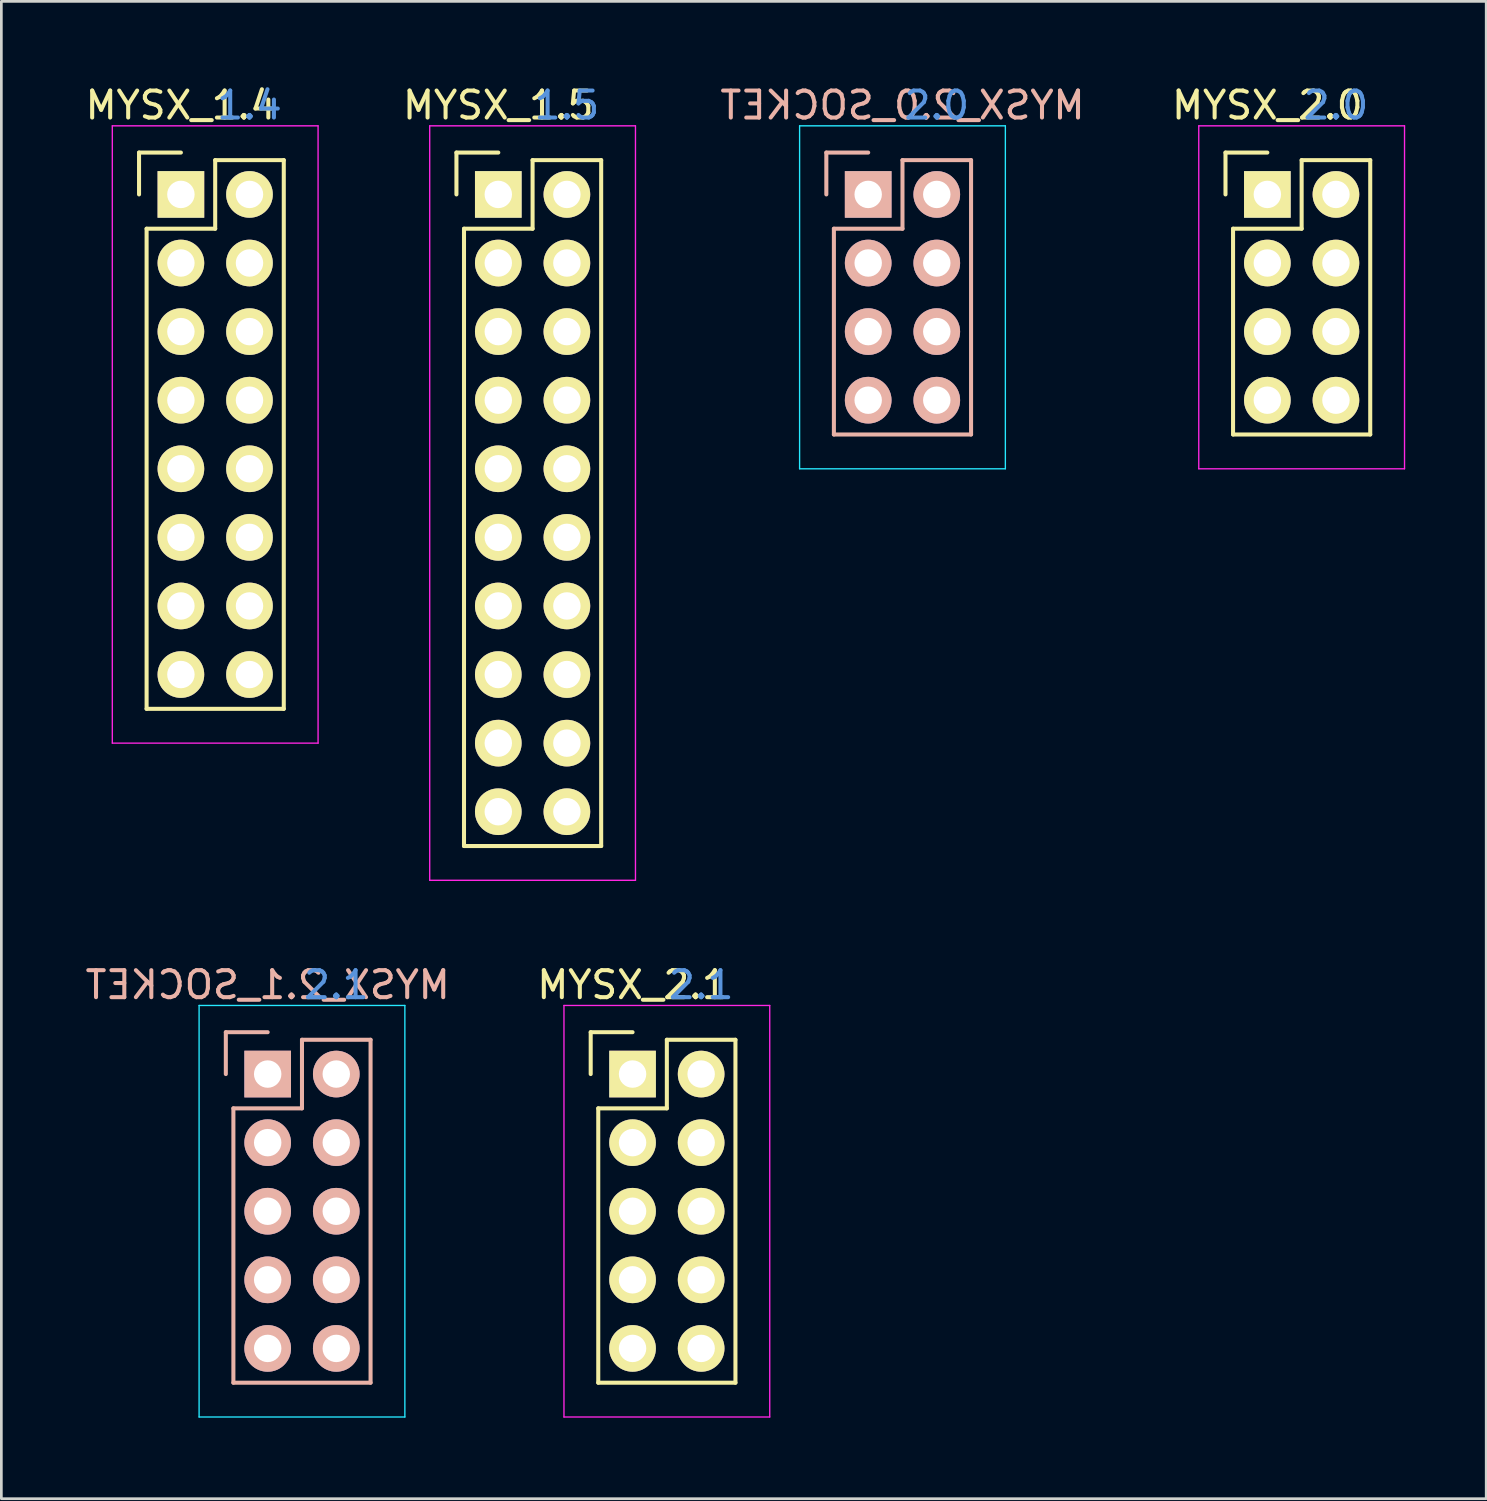
<source format=kicad_pcb>
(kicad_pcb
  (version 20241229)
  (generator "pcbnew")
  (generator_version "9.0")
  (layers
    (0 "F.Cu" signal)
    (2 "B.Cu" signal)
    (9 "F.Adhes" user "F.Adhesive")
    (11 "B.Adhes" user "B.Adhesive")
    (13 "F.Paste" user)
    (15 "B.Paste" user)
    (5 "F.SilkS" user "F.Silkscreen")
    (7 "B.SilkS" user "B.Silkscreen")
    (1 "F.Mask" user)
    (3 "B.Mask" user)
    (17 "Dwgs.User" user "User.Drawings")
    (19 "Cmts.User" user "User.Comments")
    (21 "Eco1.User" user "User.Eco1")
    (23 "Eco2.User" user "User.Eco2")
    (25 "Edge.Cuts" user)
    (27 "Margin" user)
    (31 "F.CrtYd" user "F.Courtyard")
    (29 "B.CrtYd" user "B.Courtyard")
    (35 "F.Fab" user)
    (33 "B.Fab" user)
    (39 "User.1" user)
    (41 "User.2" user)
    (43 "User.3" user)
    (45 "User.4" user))
  (footprint "MYSX_1.4"
    (layer "F.Cu")
    (at 3.649 4.15)
    (property "Reference" "MYSX_1.4" (at 0 -3.302 0) (layer "F.SilkS") (effects (font (size 1 1) (thickness 0.15))))
    (attr through_hole)
    (fp_line (start -1.55 -1.55) (end -1.55 0) (stroke (width 0.15) (type solid)) (layer "F.SilkS"))
    (fp_line (start -1.27 1.27) (end -1.27 19.05) (stroke (width 0.15) (type solid)) (layer "F.SilkS"))
    (fp_line (start -1.27 19.05) (end 3.81 19.05) (stroke (width 0.15) (type solid)) (layer "F.SilkS"))
    (fp_line (start 0 -1.55) (end -1.55 -1.55) (stroke (width 0.15) (type solid)) (layer "F.SilkS"))
    (fp_line (start 1.27 -1.27) (end 1.27 1.27) (stroke (width 0.15) (type solid)) (layer "F.SilkS"))
    (fp_line (start 1.27 1.27) (end -1.27 1.27) (stroke (width 0.15) (type solid)) (layer "F.SilkS"))
    (fp_line (start 3.81 -1.27) (end 1.27 -1.27) (stroke (width 0.15) (type solid)) (layer "F.SilkS"))
    (fp_line (start 3.81 19.05) (end 3.81 -1.27) (stroke (width 0.15) (type solid)) (layer "F.SilkS"))
    (fp_line (start -2.54 -2.54) (end -2.54 20.32) (stroke (width 0.05) (type solid)) (layer "F.CrtYd"))
    (fp_line (start -2.54 -2.54) (end 5.08 -2.54) (stroke (width 0.05) (type solid)) (layer "F.CrtYd"))
    (fp_line (start -2.54 20.32) (end 5.08 20.32) (stroke (width 0.05) (type solid)) (layer "F.CrtYd"))
    (fp_line (start 5.08 -2.54) (end 5.08 20.32) (stroke (width 0.05) (type solid)) (layer "F.CrtYd"))
    (fp_text user "1.4" (at 2.54 -3.302 0) (layer "Cmts.User") (effects (font (size 1 1) (thickness 0.15))))
    (pad "1" thru_hole rect (at 0 0) (size 1.727 1.727) (drill 1.016) (layers "*.Cu" "*.Mask" "F.SilkS"))
    (pad "2" thru_hole oval (at 2.54 0) (size 1.727 1.727) (drill 1.016) (layers "*.Cu" "*.Mask" "F.SilkS"))
    (pad "3" thru_hole oval (at 0 2.54) (size 1.727 1.727) (drill 1.016) (layers "*.Cu" "*.Mask" "F.SilkS"))
    (pad "4" thru_hole oval (at 2.54 2.54) (size 1.727 1.727) (drill 1.016) (layers "*.Cu" "*.Mask" "F.SilkS"))
    (pad "5" thru_hole oval (at 0 5.08) (size 1.727 1.727) (drill 1.016) (layers "*.Cu" "*.Mask" "F.SilkS"))
    (pad "6" thru_hole oval (at 2.54 5.08) (size 1.727 1.727) (drill 1.016) (layers "*.Cu" "*.Mask" "F.SilkS"))
    (pad "7" thru_hole oval (at 0 7.62) (size 1.727 1.727) (drill 1.016) (layers "*.Cu" "*.Mask" "F.SilkS"))
    (pad "8" thru_hole oval (at 2.54 7.62) (size 1.727 1.727) (drill 1.016) (layers "*.Cu" "*.Mask" "F.SilkS"))
    (pad "9" thru_hole oval (at 0 10.16) (size 1.727 1.727) (drill 1.016) (layers "*.Cu" "*.Mask" "F.SilkS"))
    (pad "10" thru_hole oval (at 2.54 10.16) (size 1.727 1.727) (drill 1.016) (layers "*.Cu" "*.Mask" "F.SilkS"))
    (pad "11" thru_hole oval (at 0 12.7) (size 1.727 1.727) (drill 1.016) (layers "*.Cu" "*.Mask" "F.SilkS"))
    (pad "12" thru_hole oval (at 2.54 12.7) (size 1.727 1.727) (drill 1.016) (layers "*.Cu" "*.Mask" "F.SilkS"))
    (pad "13" thru_hole oval (at 0 15.24) (size 1.727 1.727) (drill 1.016) (layers "*.Cu" "*.Mask" "F.SilkS"))
    (pad "14" thru_hole oval (at 2.54 15.24) (size 1.727 1.727) (drill 1.016) (layers "*.Cu" "*.Mask" "F.SilkS"))
    (pad "15" thru_hole oval (at 0 17.78) (size 1.727 1.727) (drill 1.016) (layers "*.Cu" "*.Mask" "F.SilkS"))
    (pad "16" thru_hole oval (at 2.54 17.78) (size 1.727 1.727) (drill 1.016) (layers "*.Cu" "*.Mask" "F.SilkS")))
  (footprint "MYSX_2.1_SOCKET"
    (layer "F.Cu")
    (at 6.863 36.725)
    (property "Reference" "MYSX_2.1_SOCKET" (at 0 -3.302 0) (layer "B.SilkS") (effects (font (size 1 1) (thickness 0.15)) (justify mirror)))
    (attr through_hole)
    (fp_line (start -1.55 -1.55) (end -1.55 0) (stroke (width 0.15) (type solid)) (layer "B.SilkS"))
    (fp_line (start -1.27 1.27) (end -1.27 11.43) (stroke (width 0.15) (type solid)) (layer "B.SilkS"))
    (fp_line (start -1.27 11.43) (end 3.81 11.43) (stroke (width 0.15) (type solid)) (layer "B.SilkS"))
    (fp_line (start 0 -1.55) (end -1.55 -1.55) (stroke (width 0.15) (type solid)) (layer "B.SilkS"))
    (fp_line (start 1.27 -1.27) (end 1.27 1.27) (stroke (width 0.15) (type solid)) (layer "B.SilkS"))
    (fp_line (start 1.27 1.27) (end -1.27 1.27) (stroke (width 0.15) (type solid)) (layer "B.SilkS"))
    (fp_line (start 3.81 -1.27) (end 1.27 -1.27) (stroke (width 0.15) (type solid)) (layer "B.SilkS"))
    (fp_line (start 3.81 11.43) (end 3.81 -1.27) (stroke (width 0.15) (type solid)) (layer "B.SilkS"))
    (fp_line (start -2.54 -2.54) (end -2.54 12.7) (stroke (width 0.05) (type solid)) (layer "B.CrtYd"))
    (fp_line (start -2.54 -2.54) (end 5.08 -2.54) (stroke (width 0.05) (type solid)) (layer "B.CrtYd"))
    (fp_line (start -2.54 12.7) (end 5.08 12.7) (stroke (width 0.05) (type solid)) (layer "B.CrtYd"))
    (fp_line (start 5.08 -2.54) (end 5.08 12.7) (stroke (width 0.05) (type solid)) (layer "B.CrtYd"))
    (fp_text user "2.1" (at 2.54 -3.302 0) (layer "Cmts.User") (effects (font (size 1 1) (thickness 0.15))))
    (pad "1" thru_hole rect (at 0 0) (size 1.727 1.727) (drill 1.016) (layers "*.Cu" "*.Mask" "B.SilkS"))
    (pad "2" thru_hole oval (at 2.54 0) (size 1.727 1.727) (drill 1.016) (layers "*.Cu" "*.Mask" "B.SilkS"))
    (pad "3" thru_hole oval (at 0 2.54) (size 1.727 1.727) (drill 1.016) (layers "*.Cu" "*.Mask" "B.SilkS"))
    (pad "4" thru_hole oval (at 2.54 2.54) (size 1.727 1.727) (drill 1.016) (layers "*.Cu" "*.Mask" "B.SilkS"))
    (pad "5" thru_hole oval (at 0 5.08) (size 1.727 1.727) (drill 1.016) (layers "*.Cu" "*.Mask" "B.SilkS"))
    (pad "6" thru_hole oval (at 2.54 5.08) (size 1.727 1.727) (drill 1.016) (layers "*.Cu" "*.Mask" "B.SilkS"))
    (pad "7" thru_hole oval (at 0 7.62) (size 1.727 1.727) (drill 1.016) (layers "*.Cu" "*.Mask" "B.SilkS"))
    (pad "8" thru_hole oval (at 2.54 7.62) (size 1.727 1.727) (drill 1.016) (layers "*.Cu" "*.Mask" "B.SilkS"))
    (pad "9" thru_hole oval (at 0 10.16) (size 1.727 1.727) (drill 1.016) (layers "*.Cu" "*.Mask" "B.SilkS"))
    (pad "10" thru_hole oval (at 2.54 10.16) (size 1.727 1.727) (drill 1.016) (layers "*.Cu" "*.Mask" "B.SilkS")))
  (footprint "MYSX_2.1"
    (layer "F.Cu")
    (at 20.375 36.725)
    (property "Reference" "MYSX_2.1" (at 0 -3.302 0) (layer "F.SilkS") (effects (font (size 1 1) (thickness 0.15))))
    (attr through_hole)
    (fp_line (start -1.55 -1.55) (end -1.55 0) (stroke (width 0.15) (type solid)) (layer "F.SilkS"))
    (fp_line (start -1.27 1.27) (end -1.27 11.43) (stroke (width 0.15) (type solid)) (layer "F.SilkS"))
    (fp_line (start -1.27 11.43) (end 3.81 11.43) (stroke (width 0.15) (type solid)) (layer "F.SilkS"))
    (fp_line (start 0 -1.55) (end -1.55 -1.55) (stroke (width 0.15) (type solid)) (layer "F.SilkS"))
    (fp_line (start 1.27 -1.27) (end 1.27 1.27) (stroke (width 0.15) (type solid)) (layer "F.SilkS"))
    (fp_line (start 1.27 1.27) (end -1.27 1.27) (stroke (width 0.15) (type solid)) (layer "F.SilkS"))
    (fp_line (start 3.81 -1.27) (end 1.27 -1.27) (stroke (width 0.15) (type solid)) (layer "F.SilkS"))
    (fp_line (start 3.81 11.43) (end 3.81 -1.27) (stroke (width 0.15) (type solid)) (layer "F.SilkS"))
    (fp_line (start -2.54 -2.54) (end -2.54 12.7) (stroke (width 0.05) (type solid)) (layer "F.CrtYd"))
    (fp_line (start -2.54 -2.54) (end 5.08 -2.54) (stroke (width 0.05) (type solid)) (layer "F.CrtYd"))
    (fp_line (start -2.54 12.7) (end 5.08 12.7) (stroke (width 0.05) (type solid)) (layer "F.CrtYd"))
    (fp_line (start 5.08 -2.54) (end 5.08 12.7) (stroke (width 0.05) (type solid)) (layer "F.CrtYd"))
    (fp_text user "2.1" (at 2.54 -3.302 0) (layer "Cmts.User") (effects (font (size 1 1) (thickness 0.15))))
    (pad "1" thru_hole rect (at 0 0) (size 1.727 1.727) (drill 1.016) (layers "*.Cu" "*.Mask" "F.SilkS"))
    (pad "2" thru_hole oval (at 2.54 0) (size 1.727 1.727) (drill 1.016) (layers "*.Cu" "*.Mask" "F.SilkS"))
    (pad "3" thru_hole oval (at 0 2.54) (size 1.727 1.727) (drill 1.016) (layers "*.Cu" "*.Mask" "F.SilkS"))
    (pad "4" thru_hole oval (at 2.54 2.54) (size 1.727 1.727) (drill 1.016) (layers "*.Cu" "*.Mask" "F.SilkS"))
    (pad "5" thru_hole oval (at 0 5.08) (size 1.727 1.727) (drill 1.016) (layers "*.Cu" "*.Mask" "F.SilkS"))
    (pad "6" thru_hole oval (at 2.54 5.08) (size 1.727 1.727) (drill 1.016) (layers "*.Cu" "*.Mask" "F.SilkS"))
    (pad "7" thru_hole oval (at 0 7.62) (size 1.727 1.727) (drill 1.016) (layers "*.Cu" "*.Mask" "F.SilkS"))
    (pad "8" thru_hole oval (at 2.54 7.62) (size 1.727 1.727) (drill 1.016) (layers "*.Cu" "*.Mask" "F.SilkS"))
    (pad "9" thru_hole oval (at 0 10.16) (size 1.727 1.727) (drill 1.016) (layers "*.Cu" "*.Mask" "F.SilkS"))
    (pad "10" thru_hole oval (at 2.54 10.16) (size 1.727 1.727) (drill 1.016) (layers "*.Cu" "*.Mask" "F.SilkS")))
  (footprint "MYSX_2.0_SOCKET"
    (layer "F.Cu")
    (at 29.101 4.15)
    (property "Reference" "MYSX_2.0_SOCKET" (at 1.27 -3.302 0) (layer "B.SilkS") (effects (font (size 1 1) (thickness 0.15)) (justify mirror)))
    (attr through_hole)
    (fp_line (start -1.55 -1.55) (end -1.55 0) (stroke (width 0.15) (type solid)) (layer "B.SilkS"))
    (fp_line (start -1.27 1.27) (end -1.27 8.89) (stroke (width 0.15) (type solid)) (layer "B.SilkS"))
    (fp_line (start -1.27 8.89) (end 3.81 8.89) (stroke (width 0.15) (type solid)) (layer "B.SilkS"))
    (fp_line (start 0 -1.55) (end -1.55 -1.55) (stroke (width 0.15) (type solid)) (layer "B.SilkS"))
    (fp_line (start 1.27 -1.27) (end 1.27 1.27) (stroke (width 0.15) (type solid)) (layer "B.SilkS"))
    (fp_line (start 1.27 1.27) (end -1.27 1.27) (stroke (width 0.15) (type solid)) (layer "B.SilkS"))
    (fp_line (start 3.81 -1.27) (end 1.27 -1.27) (stroke (width 0.15) (type solid)) (layer "B.SilkS"))
    (fp_line (start 3.81 8.89) (end 3.81 -1.27) (stroke (width 0.15) (type solid)) (layer "B.SilkS"))
    (fp_line (start -2.54 -2.54) (end -2.54 10.16) (stroke (width 0.05) (type solid)) (layer "B.CrtYd"))
    (fp_line (start -2.54 -2.54) (end 5.08 -2.54) (stroke (width 0.05) (type solid)) (layer "B.CrtYd"))
    (fp_line (start -2.54 10.16) (end 5.08 10.16) (stroke (width 0.05) (type solid)) (layer "B.CrtYd"))
    (fp_line (start 5.08 -2.54) (end 5.08 10.16) (stroke (width 0.05) (type solid)) (layer "B.CrtYd"))
    (fp_text user "2.0" (at 2.54 -3.302 0) (layer "Cmts.User") (effects (font (size 1 1) (thickness 0.15))))
    (pad "1" thru_hole rect (at 0 0) (size 1.727 1.727) (drill 1.016) (layers "*.Cu" "*.Mask" "B.SilkS"))
    (pad "2" thru_hole oval (at 2.54 0) (size 1.727 1.727) (drill 1.016) (layers "*.Cu" "*.Mask" "B.SilkS"))
    (pad "3" thru_hole oval (at 0 2.54) (size 1.727 1.727) (drill 1.016) (layers "*.Cu" "*.Mask" "B.SilkS"))
    (pad "4" thru_hole oval (at 2.54 2.54) (size 1.727 1.727) (drill 1.016) (layers "*.Cu" "*.Mask" "B.SilkS"))
    (pad "5" thru_hole oval (at 0 5.08) (size 1.727 1.727) (drill 1.016) (layers "*.Cu" "*.Mask" "B.SilkS"))
    (pad "6" thru_hole oval (at 2.54 5.08) (size 1.727 1.727) (drill 1.016) (layers "*.Cu" "*.Mask" "B.SilkS"))
    (pad "7" thru_hole oval (at 0 7.62) (size 1.727 1.727) (drill 1.016) (layers "*.Cu" "*.Mask" "B.SilkS"))
    (pad "8" thru_hole oval (at 2.54 7.62) (size 1.727 1.727) (drill 1.016) (layers "*.Cu" "*.Mask" "B.SilkS")))
  (footprint "MYSX_2.0"
    (layer "F.Cu")
    (at 43.883 4.15)
    (property "Reference" "MYSX_2.0" (at 0 -3.302 0) (layer "F.SilkS") (effects (font (size 1 1) (thickness 0.15))))
    (attr through_hole)
    (fp_line (start -1.55 -1.55) (end -1.55 0) (stroke (width 0.15) (type solid)) (layer "F.SilkS"))
    (fp_line (start -1.27 1.27) (end -1.27 8.89) (stroke (width 0.15) (type solid)) (layer "F.SilkS"))
    (fp_line (start -1.27 8.89) (end 3.81 8.89) (stroke (width 0.15) (type solid)) (layer "F.SilkS"))
    (fp_line (start 0 -1.55) (end -1.55 -1.55) (stroke (width 0.15) (type solid)) (layer "F.SilkS"))
    (fp_line (start 1.27 -1.27) (end 1.27 1.27) (stroke (width 0.15) (type solid)) (layer "F.SilkS"))
    (fp_line (start 1.27 1.27) (end -1.27 1.27) (stroke (width 0.15) (type solid)) (layer "F.SilkS"))
    (fp_line (start 3.81 -1.27) (end 1.27 -1.27) (stroke (width 0.15) (type solid)) (layer "F.SilkS"))
    (fp_line (start 3.81 8.89) (end 3.81 -1.27) (stroke (width 0.15) (type solid)) (layer "F.SilkS"))
    (fp_line (start -2.54 -2.54) (end -2.54 10.16) (stroke (width 0.05) (type solid)) (layer "F.CrtYd"))
    (fp_line (start -2.54 -2.54) (end 5.08 -2.54) (stroke (width 0.05) (type solid)) (layer "F.CrtYd"))
    (fp_line (start -2.54 10.16) (end 5.08 10.16) (stroke (width 0.05) (type solid)) (layer "F.CrtYd"))
    (fp_line (start 5.08 -2.54) (end 5.08 10.16) (stroke (width 0.05) (type solid)) (layer "F.CrtYd"))
    (fp_text user "2.0" (at 2.54 -3.302 0) (layer "Cmts.User") (effects (font (size 1 1) (thickness 0.15))))
    (pad "1" thru_hole rect (at 0 0) (size 1.727 1.727) (drill 1.016) (layers "*.Cu" "*.Mask" "F.SilkS"))
    (pad "2" thru_hole oval (at 2.54 0) (size 1.727 1.727) (drill 1.016) (layers "*.Cu" "*.Mask" "F.SilkS"))
    (pad "3" thru_hole oval (at 0 2.54) (size 1.727 1.727) (drill 1.016) (layers "*.Cu" "*.Mask" "F.SilkS"))
    (pad "4" thru_hole oval (at 2.54 2.54) (size 1.727 1.727) (drill 1.016) (layers "*.Cu" "*.Mask" "F.SilkS"))
    (pad "5" thru_hole oval (at 0 5.08) (size 1.727 1.727) (drill 1.016) (layers "*.Cu" "*.Mask" "F.SilkS"))
    (pad "6" thru_hole oval (at 2.54 5.08) (size 1.727 1.727) (drill 1.016) (layers "*.Cu" "*.Mask" "F.SilkS"))
    (pad "7" thru_hole oval (at 0 7.62) (size 1.727 1.727) (drill 1.016) (layers "*.Cu" "*.Mask" "F.SilkS"))
    (pad "8" thru_hole oval (at 2.54 7.62) (size 1.727 1.727) (drill 1.016) (layers "*.Cu" "*.Mask" "F.SilkS")))
  (footprint "MYSX_1.5"
    (layer "F.Cu")
    (at 15.403 4.15)
    (property "Reference" "MYSX_1.5" (at 0 -3.302 0) (layer "F.SilkS") (effects (font (size 1 1) (thickness 0.15))))
    (attr through_hole)
    (fp_line (start -1.55 -1.55) (end -1.55 0) (stroke (width 0.15) (type solid)) (layer "F.SilkS"))
    (fp_line (start -1.27 1.27) (end -1.27 24.13) (stroke (width 0.15) (type solid)) (layer "F.SilkS"))
    (fp_line (start -1.27 24.13) (end 3.81 24.13) (stroke (width 0.15) (type solid)) (layer "F.SilkS"))
    (fp_line (start 0 -1.55) (end -1.55 -1.55) (stroke (width 0.15) (type solid)) (layer "F.SilkS"))
    (fp_line (start 1.27 -1.27) (end 1.27 1.27) (stroke (width 0.15) (type solid)) (layer "F.SilkS"))
    (fp_line (start 1.27 1.27) (end -1.27 1.27) (stroke (width 0.15) (type solid)) (layer "F.SilkS"))
    (fp_line (start 3.81 -1.27) (end 1.27 -1.27) (stroke (width 0.15) (type solid)) (layer "F.SilkS"))
    (fp_line (start 3.81 24.13) (end 3.81 -1.27) (stroke (width 0.15) (type solid)) (layer "F.SilkS"))
    (fp_line (start -2.54 -2.54) (end -2.54 25.4) (stroke (width 0.05) (type solid)) (layer "F.CrtYd"))
    (fp_line (start -2.54 -2.54) (end 5.08 -2.54) (stroke (width 0.05) (type solid)) (layer "F.CrtYd"))
    (fp_line (start -2.54 25.4) (end 5.08 25.4) (stroke (width 0.05) (type solid)) (layer "F.CrtYd"))
    (fp_line (start 5.08 -2.54) (end 5.08 25.4) (stroke (width 0.05) (type solid)) (layer "F.CrtYd"))
    (fp_text user "1.5" (at 2.54 -3.302 0) (layer "Cmts.User") (effects (font (size 1 1) (thickness 0.15))))
    (pad "1" thru_hole rect (at 0 0) (size 1.727 1.727) (drill 1.016) (layers "*.Cu" "*.Mask" "F.SilkS"))
    (pad "2" thru_hole oval (at 2.54 0) (size 1.727 1.727) (drill 1.016) (layers "*.Cu" "*.Mask" "F.SilkS"))
    (pad "3" thru_hole oval (at 0 2.54) (size 1.727 1.727) (drill 1.016) (layers "*.Cu" "*.Mask" "F.SilkS"))
    (pad "4" thru_hole oval (at 2.54 2.54) (size 1.727 1.727) (drill 1.016) (layers "*.Cu" "*.Mask" "F.SilkS"))
    (pad "5" thru_hole oval (at 0 5.08) (size 1.727 1.727) (drill 1.016) (layers "*.Cu" "*.Mask" "F.SilkS"))
    (pad "6" thru_hole oval (at 2.54 5.08) (size 1.727 1.727) (drill 1.016) (layers "*.Cu" "*.Mask" "F.SilkS"))
    (pad "7" thru_hole oval (at 0 7.62) (size 1.727 1.727) (drill 1.016) (layers "*.Cu" "*.Mask" "F.SilkS"))
    (pad "8" thru_hole oval (at 2.54 7.62) (size 1.727 1.727) (drill 1.016) (layers "*.Cu" "*.Mask" "F.SilkS"))
    (pad "9" thru_hole oval (at 0 10.16) (size 1.727 1.727) (drill 1.016) (layers "*.Cu" "*.Mask" "F.SilkS"))
    (pad "10" thru_hole oval (at 2.54 10.16) (size 1.727 1.727) (drill 1.016) (layers "*.Cu" "*.Mask" "F.SilkS"))
    (pad "11" thru_hole oval (at 0 12.7) (size 1.727 1.727) (drill 1.016) (layers "*.Cu" "*.Mask" "F.SilkS"))
    (pad "12" thru_hole oval (at 2.54 12.7) (size 1.727 1.727) (drill 1.016) (layers "*.Cu" "*.Mask" "F.SilkS"))
    (pad "13" thru_hole oval (at 0 15.24) (size 1.727 1.727) (drill 1.016) (layers "*.Cu" "*.Mask" "F.SilkS"))
    (pad "14" thru_hole oval (at 2.54 15.24) (size 1.727 1.727) (drill 1.016) (layers "*.Cu" "*.Mask" "F.SilkS"))
    (pad "15" thru_hole oval (at 0 17.78) (size 1.727 1.727) (drill 1.016) (layers "*.Cu" "*.Mask" "F.SilkS"))
    (pad "16" thru_hole oval (at 2.54 17.78) (size 1.727 1.727) (drill 1.016) (layers "*.Cu" "*.Mask" "F.SilkS"))
    (pad "17" thru_hole oval (at 0 20.32) (size 1.727 1.727) (drill 1.016) (layers "*.Cu" "*.Mask" "F.SilkS"))
    (pad "18" thru_hole oval (at 2.54 20.32) (size 1.727 1.727) (drill 1.016) (layers "*.Cu" "*.Mask" "F.SilkS"))
    (pad "19" thru_hole oval (at 0 22.86) (size 1.727 1.727) (drill 1.016) (layers "*.Cu" "*.Mask" "F.SilkS"))
    (pad "20" thru_hole oval (at 2.54 22.86) (size 1.727 1.727) (drill 1.016) (layers "*.Cu" "*.Mask" "F.SilkS")))
  (gr_rect
    (start -3 -3)
    (end 51.988 52.45)
    (stroke (width 0.1) (type default))
    (fill no)
    (layer "Edge.Cuts")))
</source>
